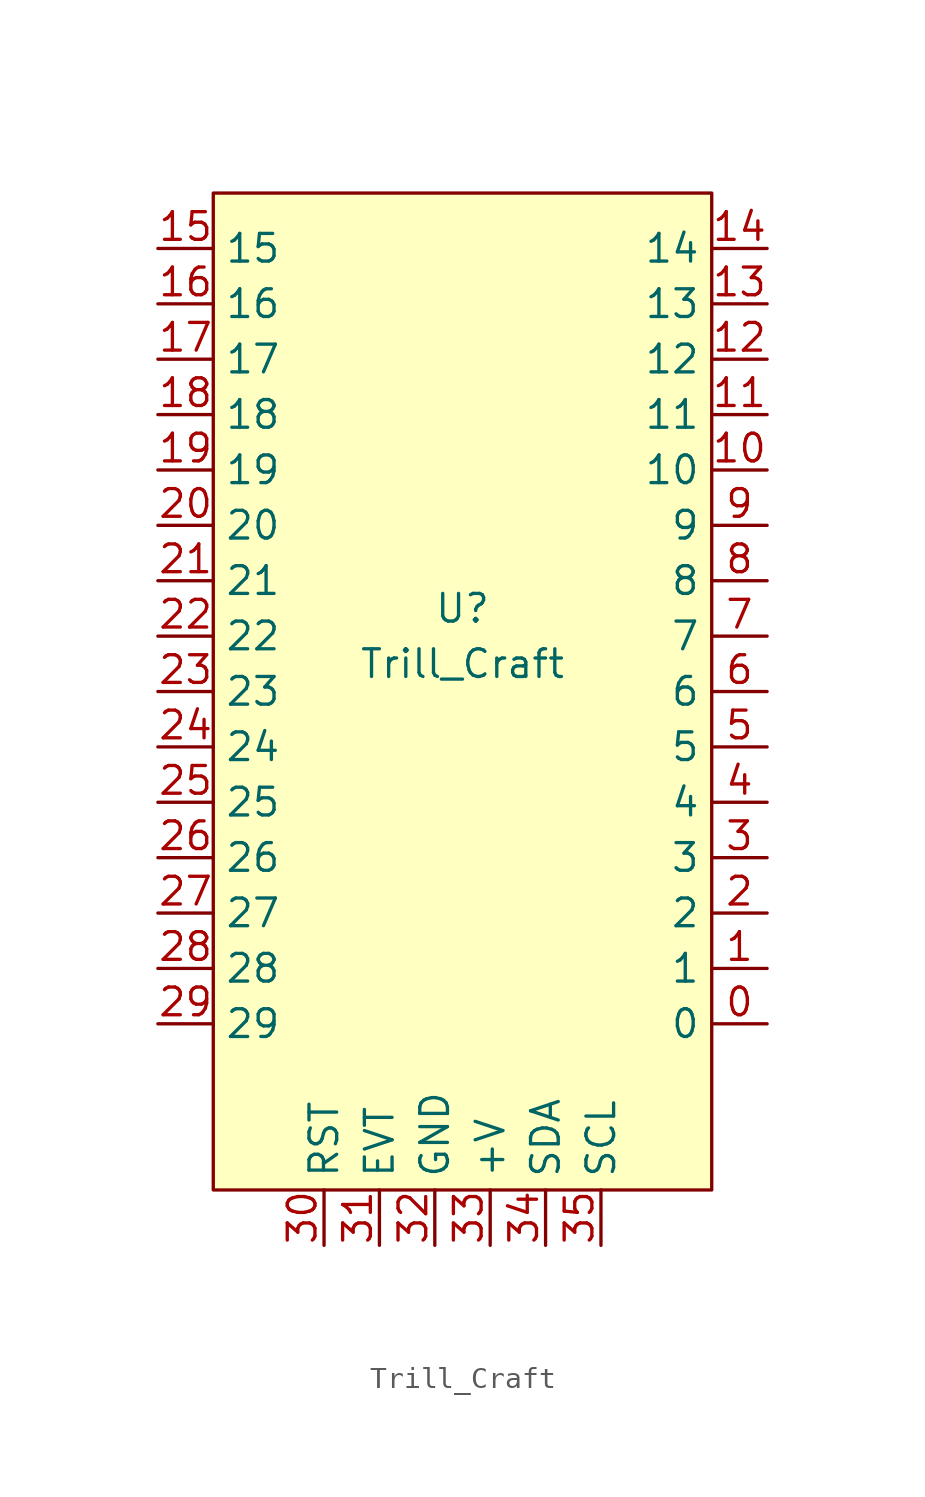
<source format=kicad_sym>
(kicad_symbol_lib
  (version 20211014)
  (generator kicad_symbol_editor)
  (symbol "Trill_Craft"
    (property "Reference" "U"
      (at 0 2.54 0)
      (effects (font (size 1.27 1.27))))
    (property "Value" "Trill_Craft"
      (at 0 0 0)
      (effects (font (size 1.27 1.27))))
    (symbol "Trill_Craft_0_1"
      (rectangle (start -11.43 21.59) (end 11.43 -24.13) (stroke (width 0) (type default) (color 0 0 0 0)) (fill (type background))))
    (symbol "Trill_Craft_1_1"
      (pin input line (at 13.97 -16.51 180) (length 2.54) (name "0" (effects (font (size 1.27 1.27)))) (number "0" (effects (font (size 1.27 1.27)))))
      (pin input line (at 13.97 -13.97 180) (length 2.54) (name "1" (effects (font (size 1.27 1.27)))) (number "1" (effects (font (size 1.27 1.27)))))
      (pin input line (at 13.97 8.89 180) (length 2.54) (name "10" (effects (font (size 1.27 1.27)))) (number "10" (effects (font (size 1.27 1.27)))))
      (pin input line (at 13.97 11.43 180) (length 2.54) (name "11" (effects (font (size 1.27 1.27)))) (number "11" (effects (font (size 1.27 1.27)))))
      (pin input line (at 13.97 13.97 180) (length 2.54) (name "12" (effects (font (size 1.27 1.27)))) (number "12" (effects (font (size 1.27 1.27)))))
      (pin input line (at 13.97 16.51 180) (length 2.54) (name "13" (effects (font (size 1.27 1.27)))) (number "13" (effects (font (size 1.27 1.27)))))
      (pin input line (at 13.97 19.05 180) (length 2.54) (name "14" (effects (font (size 1.27 1.27)))) (number "14" (effects (font (size 1.27 1.27)))))
      (pin input line (at -13.97 19.05 0) (length 2.54) (name "15" (effects (font (size 1.27 1.27)))) (number "15" (effects (font (size 1.27 1.27)))))
      (pin input line (at -13.97 16.51 0) (length 2.54) (name "16" (effects (font (size 1.27 1.27)))) (number "16" (effects (font (size 1.27 1.27)))))
      (pin input line (at -13.97 13.97 0) (length 2.54) (name "17" (effects (font (size 1.27 1.27)))) (number "17" (effects (font (size 1.27 1.27)))))
      (pin input line (at -13.97 11.43 0) (length 2.54) (name "18" (effects (font (size 1.27 1.27)))) (number "18" (effects (font (size 1.27 1.27)))))
      (pin input line (at -13.97 8.89 0) (length 2.54) (name "19" (effects (font (size 1.27 1.27)))) (number "19" (effects (font (size 1.27 1.27)))))
      (pin input line (at 13.97 -11.43 180) (length 2.54) (name "2" (effects (font (size 1.27 1.27)))) (number "2" (effects (font (size 1.27 1.27)))))
      (pin input line (at -13.97 6.35 0) (length 2.54) (name "20" (effects (font (size 1.27 1.27)))) (number "20" (effects (font (size 1.27 1.27)))))
      (pin input line (at -13.97 3.81 0) (length 2.54) (name "21" (effects (font (size 1.27 1.27)))) (number "21" (effects (font (size 1.27 1.27)))))
      (pin input line (at -13.97 1.27 0) (length 2.54) (name "22" (effects (font (size 1.27 1.27)))) (number "22" (effects (font (size 1.27 1.27)))))
      (pin input line (at -13.97 -1.27 0) (length 2.54) (name "23" (effects (font (size 1.27 1.27)))) (number "23" (effects (font (size 1.27 1.27)))))
      (pin input line (at -13.97 -3.81 0) (length 2.54) (name "24" (effects (font (size 1.27 1.27)))) (number "24" (effects (font (size 1.27 1.27)))))
      (pin input line (at -13.97 -6.35 0) (length 2.54) (name "25" (effects (font (size 1.27 1.27)))) (number "25" (effects (font (size 1.27 1.27)))))
      (pin input line (at -13.97 -8.89 0) (length 2.54) (name "26" (effects (font (size 1.27 1.27)))) (number "26" (effects (font (size 1.27 1.27)))))
      (pin input line (at -13.97 -11.43 0) (length 2.54) (name "27" (effects (font (size 1.27 1.27)))) (number "27" (effects (font (size 1.27 1.27)))))
      (pin input line (at -13.97 -13.97 0) (length 2.54) (name "28" (effects (font (size 1.27 1.27)))) (number "28" (effects (font (size 1.27 1.27)))))
      (pin input line (at -13.97 -16.51 0) (length 2.54) (name "29" (effects (font (size 1.27 1.27)))) (number "29" (effects (font (size 1.27 1.27)))))
      (pin input line (at 13.97 -8.89 180) (length 2.54) (name "3" (effects (font (size 1.27 1.27)))) (number "3" (effects (font (size 1.27 1.27)))))
      (pin input line (at -6.35 -26.67 90) (length 2.54) (name "RST" (effects (font (size 1.27 1.27)))) (number "30" (effects (font (size 1.27 1.27)))))
      (pin input line (at -3.81 -26.67 90) (length 2.54) (name "EVT" (effects (font (size 1.27 1.27)))) (number "31" (effects (font (size 1.27 1.27)))))
      (pin power_in line (at -1.27 -26.67 90) (length 2.54) (name "GND" (effects (font (size 1.27 1.27)))) (number "32" (effects (font (size 1.27 1.27)))))
      (pin power_in line (at 1.27 -26.67 90) (length 2.54) (name "+V" (effects (font (size 1.27 1.27)))) (number "33" (effects (font (size 1.27 1.27)))))
      (pin bidirectional line (at 3.81 -26.67 90) (length 2.54) (name "SDA" (effects (font (size 1.27 1.27)))) (number "34" (effects (font (size 1.27 1.27)))))
      (pin bidirectional line (at 6.35 -26.67 90) (length 2.54) (name "SCL" (effects (font (size 1.27 1.27)))) (number "35" (effects (font (size 1.27 1.27)))))
      (pin input line (at 13.97 -6.35 180) (length 2.54) (name "4" (effects (font (size 1.27 1.27)))) (number "4" (effects (font (size 1.27 1.27)))))
      (pin input line (at 13.97 -3.81 180) (length 2.54) (name "5" (effects (font (size 1.27 1.27)))) (number "5" (effects (font (size 1.27 1.27)))))
      (pin input line (at 13.97 -1.27 180) (length 2.54) (name "6" (effects (font (size 1.27 1.27)))) (number "6" (effects (font (size 1.27 1.27)))))
      (pin input line (at 13.97 1.27 180) (length 2.54) (name "7" (effects (font (size 1.27 1.27)))) (number "7" (effects (font (size 1.27 1.27)))))
      (pin input line (at 13.97 3.81 180) (length 2.54) (name "8" (effects (font (size 1.27 1.27)))) (number "8" (effects (font (size 1.27 1.27)))))
      (pin input line (at 13.97 6.35 180) (length 2.54) (name "9" (effects (font (size 1.27 1.27)))) (number "9" (effects (font (size 1.27 1.27))))))))
</source>
